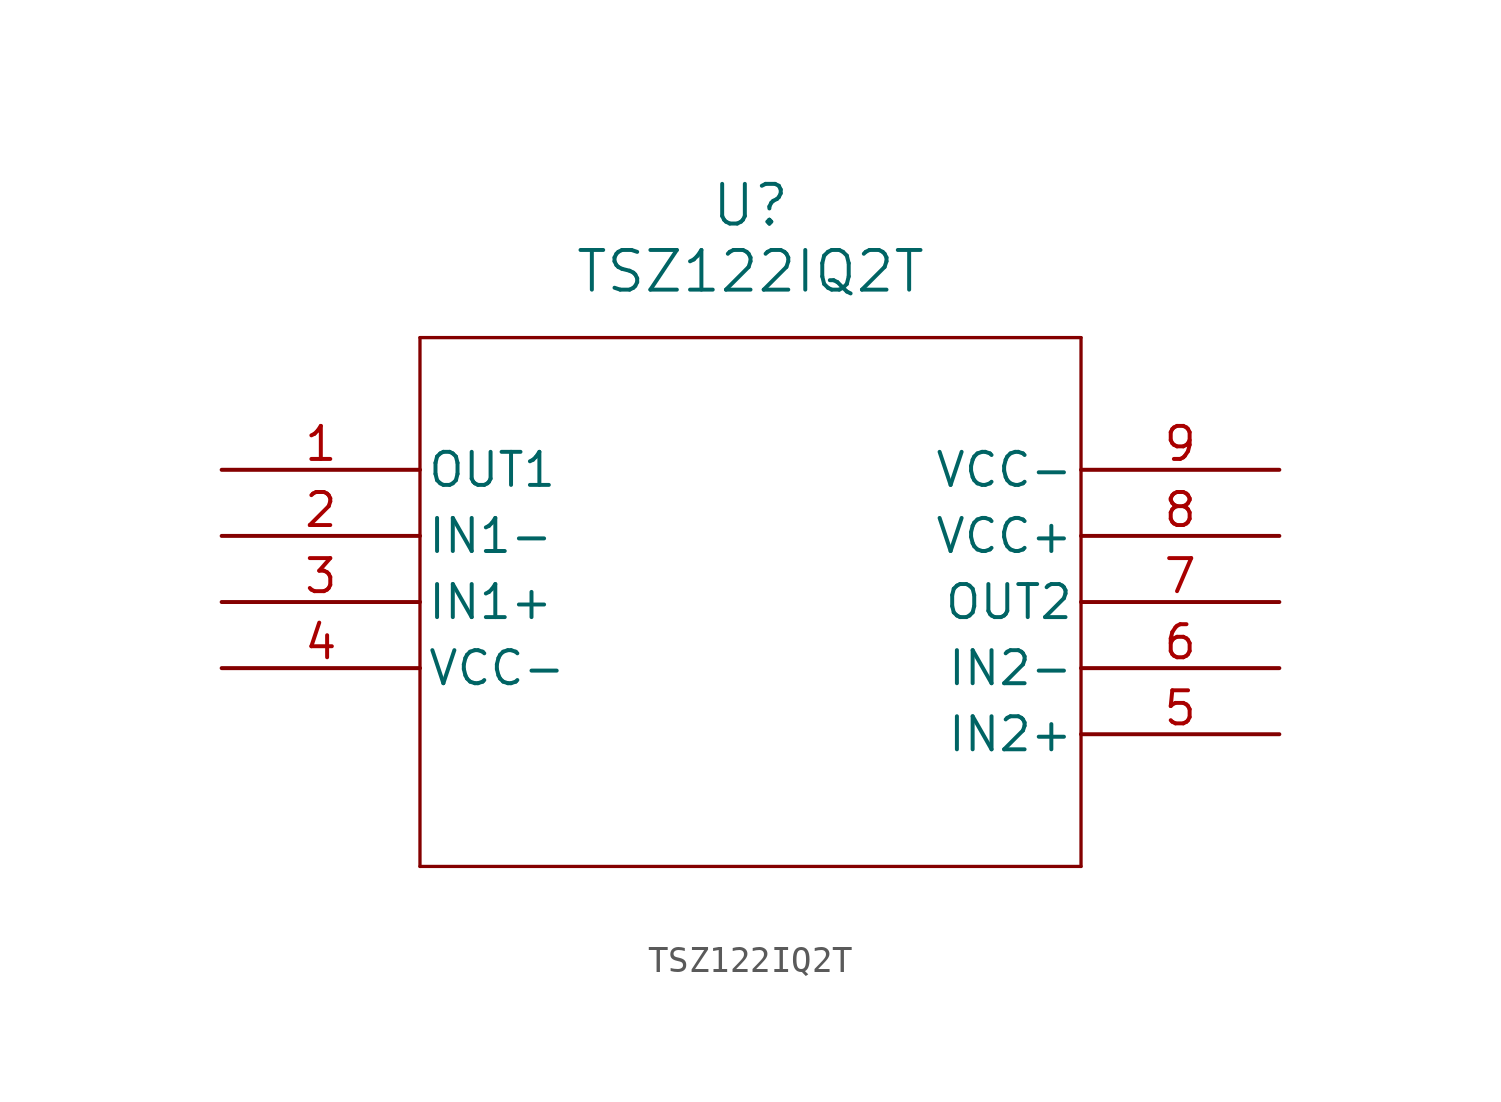
<source format=kicad_sym>
(kicad_symbol_lib
  (version 20211014)
  (generator kicad_symbol_editor)
  (symbol "TSZ122IQ2T"
    (pin_names
      (offset 0.254))
    (property "Reference" "U"
      (at 20.32 10.16 0)
      (effects (font (size 1.524 1.524))))
    (property "Value" "TSZ122IQ2T"
      (at 20.32 7.62 0)
      (effects (font (size 1.524 1.524))))
    (symbol "TSZ122IQ2T_0_1"
      (polyline (pts (xy 7.62 5.08) (xy 7.62 -15.24)) (stroke (width 0.127) (type default) (color 0 0 0 0)) (fill (type none)))
      (polyline (pts (xy 7.62 -15.24) (xy 33.02 -15.24)) (stroke (width 0.127) (type default) (color 0 0 0 0)) (fill (type none)))
      (polyline (pts (xy 33.02 -15.24) (xy 33.02 5.08)) (stroke (width 0.127) (type default) (color 0 0 0 0)) (fill (type none)))
      (polyline (pts (xy 33.02 5.08) (xy 7.62 5.08)) (stroke (width 0.127) (type default) (color 0 0 0 0)) (fill (type none)))
      (pin output line (at 0 0 0) (length 7.62) (name "OUT1" (effects (font (size 1.27 1.27)))) (number "1" (effects (font (size 1.27 1.27)))))
      (pin input line (at 0 -2.54 0) (length 7.62) (name "IN1-" (effects (font (size 1.27 1.27)))) (number "2" (effects (font (size 1.27 1.27)))))
      (pin input line (at 0 -5.08 0) (length 7.62) (name "IN1+" (effects (font (size 1.27 1.27)))) (number "3" (effects (font (size 1.27 1.27)))))
      (pin power_in line (at 0 -7.62 0) (length 7.62) (name "VCC-" (effects (font (size 1.27 1.27)))) (number "4" (effects (font (size 1.27 1.27)))))
      (pin input line (at 40.64 -10.16 180) (length 7.62) (name "IN2+" (effects (font (size 1.27 1.27)))) (number "5" (effects (font (size 1.27 1.27)))))
      (pin input line (at 40.64 -7.62 180) (length 7.62) (name "IN2-" (effects (font (size 1.27 1.27)))) (number "6" (effects (font (size 1.27 1.27)))))
      (pin output line (at 40.64 -5.08 180) (length 7.62) (name "OUT2" (effects (font (size 1.27 1.27)))) (number "7" (effects (font (size 1.27 1.27)))))
      (pin power_in line (at 40.64 -2.54 180) (length 7.62) (name "VCC+" (effects (font (size 1.27 1.27)))) (number "8" (effects (font (size 1.27 1.27)))))
      (pin power_in line (at 40.64 0 180) (length 7.62) (name "VCC-" (effects (font (size 1.27 1.27)))) (number "9" (effects (font (size 1.27 1.27))))))))
</source>
